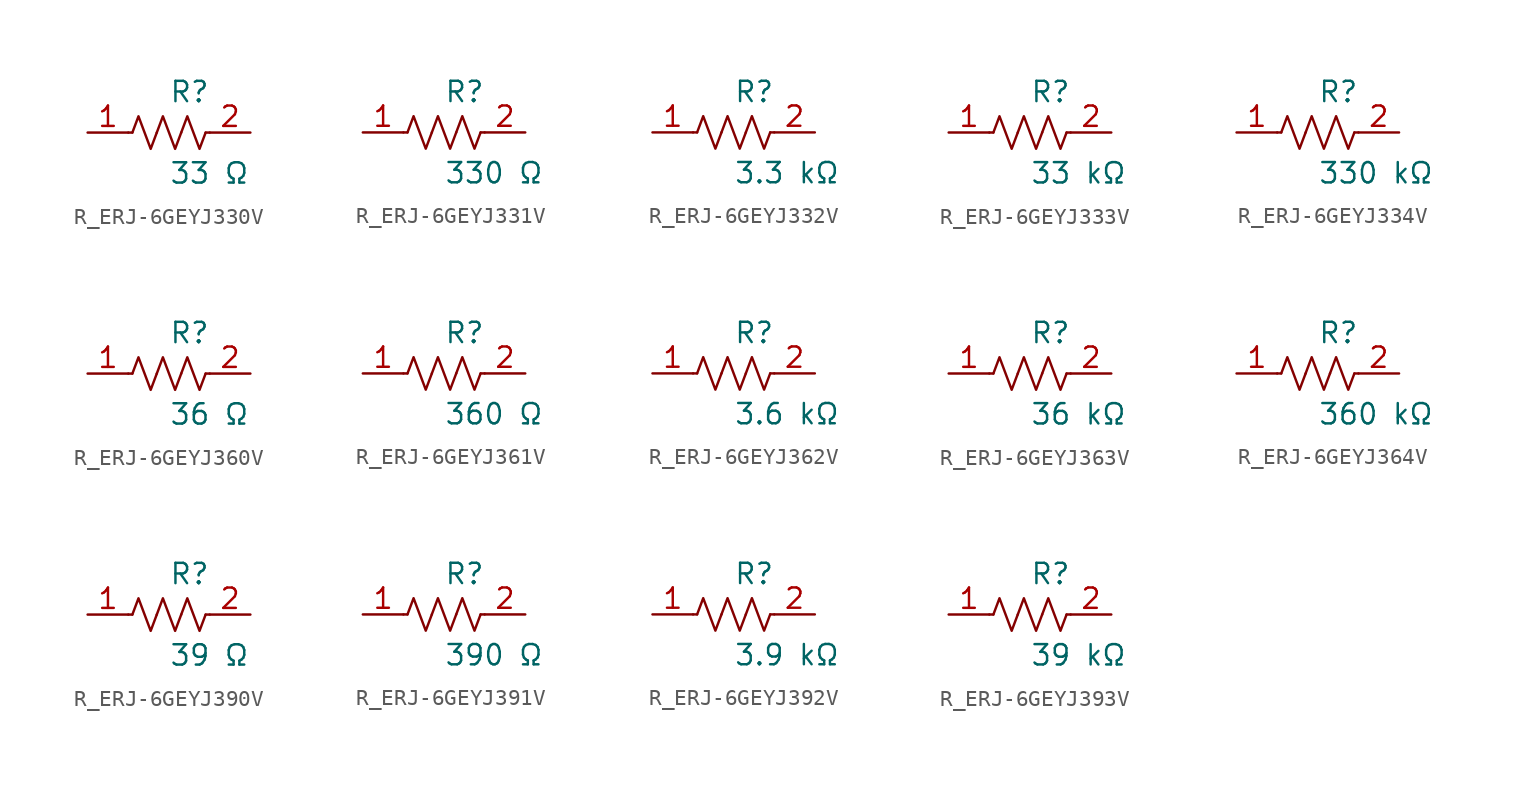
<source format=kicad_sym>
(kicad_symbol_lib
  (version 20231120)
  (generator kicad_symbol_editor)
  (generator_version 8.0)
  (symbol "R_ERJ-6GEYJ330V"
    (pin_names
      (offset 0.254))
    (property "Reference" "R"
      (at 0 2.54 0)
      (effects (font (size 1.27 1.27)) (justify left)))
    (property "Value" "33 Ω"
      (at 0 -2.54 0)
      (effects (font (size 1.27 1.27)) (justify left)))
    (symbol "R_ERJ-6GEYJ330V_0_1"
      (polyline (pts (xy 2.286 0) (xy 2.54 0)) (stroke (width 0) (type default)) (fill (type none)))
      (polyline (pts (xy -2.286 0) (xy -2.54 0)) (stroke (width 0) (type default)) (fill (type none)))
      (polyline (pts (xy 0.762 0) (xy 1.143 1.016) (xy 1.524 0) (xy 1.905 -1.016) (xy 2.286 0)) (stroke (width 0) (type default)) (fill (type none)))
      (polyline (pts (xy -0.762 0) (xy -0.381 1.016) (xy 0 0) (xy 0.381 -1.016) (xy 0.762 0)) (stroke (width 0) (type default)) (fill (type none)))
      (polyline (pts (xy -2.286 0) (xy -1.905 1.016) (xy -1.524 0) (xy -1.143 -1.016) (xy -0.762 0)) (stroke (width 0) (type default)) (fill (type none))))
    (pin passive line
      (at -5.08 0 0)
      (length 2.54)
      (name "" (effects (font (size 1.27 1.27))))
      (number "1" (effects (font (size 1.27 1.27)))))
    (pin passive line
      (at 5.08 0 180)
      (length 2.54)
      (name "" (effects (font (size 1.27 1.27))))
      (number "2" (effects (font (size 1.27 1.27))))))
  (symbol "R_ERJ-6GEYJ331V"
    (pin_names
      (offset 0.254))
    (property "Reference" "R"
      (at 0 2.54 0)
      (effects (font (size 1.27 1.27)) (justify left)))
    (property "Value" "330 Ω"
      (at 0 -2.54 0)
      (effects (font (size 1.27 1.27)) (justify left)))
    (symbol "R_ERJ-6GEYJ331V_0_1"
      (polyline (pts (xy 2.286 0) (xy 2.54 0)) (stroke (width 0) (type default)) (fill (type none)))
      (polyline (pts (xy -2.286 0) (xy -2.54 0)) (stroke (width 0) (type default)) (fill (type none)))
      (polyline (pts (xy 0.762 0) (xy 1.143 1.016) (xy 1.524 0) (xy 1.905 -1.016) (xy 2.286 0)) (stroke (width 0) (type default)) (fill (type none)))
      (polyline (pts (xy -0.762 0) (xy -0.381 1.016) (xy 0 0) (xy 0.381 -1.016) (xy 0.762 0)) (stroke (width 0) (type default)) (fill (type none)))
      (polyline (pts (xy -2.286 0) (xy -1.905 1.016) (xy -1.524 0) (xy -1.143 -1.016) (xy -0.762 0)) (stroke (width 0) (type default)) (fill (type none))))
    (pin passive line
      (at -5.08 0 0)
      (length 2.54)
      (name "" (effects (font (size 1.27 1.27))))
      (number "1" (effects (font (size 1.27 1.27)))))
    (pin passive line
      (at 5.08 0 180)
      (length 2.54)
      (name "" (effects (font (size 1.27 1.27))))
      (number "2" (effects (font (size 1.27 1.27))))))
  (symbol "R_ERJ-6GEYJ332V"
    (pin_names
      (offset 0.254))
    (property "Reference" "R"
      (at 0 2.54 0)
      (effects (font (size 1.27 1.27)) (justify left)))
    (property "Value" "3.3 kΩ"
      (at 0 -2.54 0)
      (effects (font (size 1.27 1.27)) (justify left)))
    (symbol "R_ERJ-6GEYJ332V_0_1"
      (polyline (pts (xy 2.286 0) (xy 2.54 0)) (stroke (width 0) (type default)) (fill (type none)))
      (polyline (pts (xy -2.286 0) (xy -2.54 0)) (stroke (width 0) (type default)) (fill (type none)))
      (polyline (pts (xy 0.762 0) (xy 1.143 1.016) (xy 1.524 0) (xy 1.905 -1.016) (xy 2.286 0)) (stroke (width 0) (type default)) (fill (type none)))
      (polyline (pts (xy -0.762 0) (xy -0.381 1.016) (xy 0 0) (xy 0.381 -1.016) (xy 0.762 0)) (stroke (width 0) (type default)) (fill (type none)))
      (polyline (pts (xy -2.286 0) (xy -1.905 1.016) (xy -1.524 0) (xy -1.143 -1.016) (xy -0.762 0)) (stroke (width 0) (type default)) (fill (type none))))
    (pin passive line
      (at -5.08 0 0)
      (length 2.54)
      (name "" (effects (font (size 1.27 1.27))))
      (number "1" (effects (font (size 1.27 1.27)))))
    (pin passive line
      (at 5.08 0 180)
      (length 2.54)
      (name "" (effects (font (size 1.27 1.27))))
      (number "2" (effects (font (size 1.27 1.27))))))
  (symbol "R_ERJ-6GEYJ333V"
    (pin_names
      (offset 0.254))
    (property "Reference" "R"
      (at 0 2.54 0)
      (effects (font (size 1.27 1.27)) (justify left)))
    (property "Value" "33 kΩ"
      (at 0 -2.54 0)
      (effects (font (size 1.27 1.27)) (justify left)))
    (symbol "R_ERJ-6GEYJ333V_0_1"
      (polyline (pts (xy 2.286 0) (xy 2.54 0)) (stroke (width 0) (type default)) (fill (type none)))
      (polyline (pts (xy -2.286 0) (xy -2.54 0)) (stroke (width 0) (type default)) (fill (type none)))
      (polyline (pts (xy 0.762 0) (xy 1.143 1.016) (xy 1.524 0) (xy 1.905 -1.016) (xy 2.286 0)) (stroke (width 0) (type default)) (fill (type none)))
      (polyline (pts (xy -0.762 0) (xy -0.381 1.016) (xy 0 0) (xy 0.381 -1.016) (xy 0.762 0)) (stroke (width 0) (type default)) (fill (type none)))
      (polyline (pts (xy -2.286 0) (xy -1.905 1.016) (xy -1.524 0) (xy -1.143 -1.016) (xy -0.762 0)) (stroke (width 0) (type default)) (fill (type none))))
    (pin passive line
      (at -5.08 0 0)
      (length 2.54)
      (name "" (effects (font (size 1.27 1.27))))
      (number "1" (effects (font (size 1.27 1.27)))))
    (pin passive line
      (at 5.08 0 180)
      (length 2.54)
      (name "" (effects (font (size 1.27 1.27))))
      (number "2" (effects (font (size 1.27 1.27))))))
  (symbol "R_ERJ-6GEYJ334V"
    (pin_names
      (offset 0.254))
    (property "Reference" "R"
      (at 0 2.54 0)
      (effects (font (size 1.27 1.27)) (justify left)))
    (property "Value" "330 kΩ"
      (at 0 -2.54 0)
      (effects (font (size 1.27 1.27)) (justify left)))
    (symbol "R_ERJ-6GEYJ334V_0_1"
      (polyline (pts (xy 2.286 0) (xy 2.54 0)) (stroke (width 0) (type default)) (fill (type none)))
      (polyline (pts (xy -2.286 0) (xy -2.54 0)) (stroke (width 0) (type default)) (fill (type none)))
      (polyline (pts (xy 0.762 0) (xy 1.143 1.016) (xy 1.524 0) (xy 1.905 -1.016) (xy 2.286 0)) (stroke (width 0) (type default)) (fill (type none)))
      (polyline (pts (xy -0.762 0) (xy -0.381 1.016) (xy 0 0) (xy 0.381 -1.016) (xy 0.762 0)) (stroke (width 0) (type default)) (fill (type none)))
      (polyline (pts (xy -2.286 0) (xy -1.905 1.016) (xy -1.524 0) (xy -1.143 -1.016) (xy -0.762 0)) (stroke (width 0) (type default)) (fill (type none))))
    (pin passive line
      (at -5.08 0 0)
      (length 2.54)
      (name "" (effects (font (size 1.27 1.27))))
      (number "1" (effects (font (size 1.27 1.27)))))
    (pin passive line
      (at 5.08 0 180)
      (length 2.54)
      (name "" (effects (font (size 1.27 1.27))))
      (number "2" (effects (font (size 1.27 1.27))))))
  (symbol "R_ERJ-6GEYJ360V"
    (pin_names
      (offset 0.254))
    (property "Reference" "R"
      (at 0 2.54 0)
      (effects (font (size 1.27 1.27)) (justify left)))
    (property "Value" "36 Ω"
      (at 0 -2.54 0)
      (effects (font (size 1.27 1.27)) (justify left)))
    (symbol "R_ERJ-6GEYJ360V_0_1"
      (polyline (pts (xy 2.286 0) (xy 2.54 0)) (stroke (width 0) (type default)) (fill (type none)))
      (polyline (pts (xy -2.286 0) (xy -2.54 0)) (stroke (width 0) (type default)) (fill (type none)))
      (polyline (pts (xy 0.762 0) (xy 1.143 1.016) (xy 1.524 0) (xy 1.905 -1.016) (xy 2.286 0)) (stroke (width 0) (type default)) (fill (type none)))
      (polyline (pts (xy -0.762 0) (xy -0.381 1.016) (xy 0 0) (xy 0.381 -1.016) (xy 0.762 0)) (stroke (width 0) (type default)) (fill (type none)))
      (polyline (pts (xy -2.286 0) (xy -1.905 1.016) (xy -1.524 0) (xy -1.143 -1.016) (xy -0.762 0)) (stroke (width 0) (type default)) (fill (type none))))
    (pin passive line
      (at -5.08 0 0)
      (length 2.54)
      (name "" (effects (font (size 1.27 1.27))))
      (number "1" (effects (font (size 1.27 1.27)))))
    (pin passive line
      (at 5.08 0 180)
      (length 2.54)
      (name "" (effects (font (size 1.27 1.27))))
      (number "2" (effects (font (size 1.27 1.27))))))
  (symbol "R_ERJ-6GEYJ361V"
    (pin_names
      (offset 0.254))
    (property "Reference" "R"
      (at 0 2.54 0)
      (effects (font (size 1.27 1.27)) (justify left)))
    (property "Value" "360 Ω"
      (at 0 -2.54 0)
      (effects (font (size 1.27 1.27)) (justify left)))
    (symbol "R_ERJ-6GEYJ361V_0_1"
      (polyline (pts (xy 2.286 0) (xy 2.54 0)) (stroke (width 0) (type default)) (fill (type none)))
      (polyline (pts (xy -2.286 0) (xy -2.54 0)) (stroke (width 0) (type default)) (fill (type none)))
      (polyline (pts (xy 0.762 0) (xy 1.143 1.016) (xy 1.524 0) (xy 1.905 -1.016) (xy 2.286 0)) (stroke (width 0) (type default)) (fill (type none)))
      (polyline (pts (xy -0.762 0) (xy -0.381 1.016) (xy 0 0) (xy 0.381 -1.016) (xy 0.762 0)) (stroke (width 0) (type default)) (fill (type none)))
      (polyline (pts (xy -2.286 0) (xy -1.905 1.016) (xy -1.524 0) (xy -1.143 -1.016) (xy -0.762 0)) (stroke (width 0) (type default)) (fill (type none))))
    (pin passive line
      (at -5.08 0 0)
      (length 2.54)
      (name "" (effects (font (size 1.27 1.27))))
      (number "1" (effects (font (size 1.27 1.27)))))
    (pin passive line
      (at 5.08 0 180)
      (length 2.54)
      (name "" (effects (font (size 1.27 1.27))))
      (number "2" (effects (font (size 1.27 1.27))))))
  (symbol "R_ERJ-6GEYJ362V"
    (pin_names
      (offset 0.254))
    (property "Reference" "R"
      (at 0 2.54 0)
      (effects (font (size 1.27 1.27)) (justify left)))
    (property "Value" "3.6 kΩ"
      (at 0 -2.54 0)
      (effects (font (size 1.27 1.27)) (justify left)))
    (symbol "R_ERJ-6GEYJ362V_0_1"
      (polyline (pts (xy 2.286 0) (xy 2.54 0)) (stroke (width 0) (type default)) (fill (type none)))
      (polyline (pts (xy -2.286 0) (xy -2.54 0)) (stroke (width 0) (type default)) (fill (type none)))
      (polyline (pts (xy 0.762 0) (xy 1.143 1.016) (xy 1.524 0) (xy 1.905 -1.016) (xy 2.286 0)) (stroke (width 0) (type default)) (fill (type none)))
      (polyline (pts (xy -0.762 0) (xy -0.381 1.016) (xy 0 0) (xy 0.381 -1.016) (xy 0.762 0)) (stroke (width 0) (type default)) (fill (type none)))
      (polyline (pts (xy -2.286 0) (xy -1.905 1.016) (xy -1.524 0) (xy -1.143 -1.016) (xy -0.762 0)) (stroke (width 0) (type default)) (fill (type none))))
    (pin passive line
      (at -5.08 0 0)
      (length 2.54)
      (name "" (effects (font (size 1.27 1.27))))
      (number "1" (effects (font (size 1.27 1.27)))))
    (pin passive line
      (at 5.08 0 180)
      (length 2.54)
      (name "" (effects (font (size 1.27 1.27))))
      (number "2" (effects (font (size 1.27 1.27))))))
  (symbol "R_ERJ-6GEYJ363V"
    (pin_names
      (offset 0.254))
    (property "Reference" "R"
      (at 0 2.54 0)
      (effects (font (size 1.27 1.27)) (justify left)))
    (property "Value" "36 kΩ"
      (at 0 -2.54 0)
      (effects (font (size 1.27 1.27)) (justify left)))
    (symbol "R_ERJ-6GEYJ363V_0_1"
      (polyline (pts (xy 2.286 0) (xy 2.54 0)) (stroke (width 0) (type default)) (fill (type none)))
      (polyline (pts (xy -2.286 0) (xy -2.54 0)) (stroke (width 0) (type default)) (fill (type none)))
      (polyline (pts (xy 0.762 0) (xy 1.143 1.016) (xy 1.524 0) (xy 1.905 -1.016) (xy 2.286 0)) (stroke (width 0) (type default)) (fill (type none)))
      (polyline (pts (xy -0.762 0) (xy -0.381 1.016) (xy 0 0) (xy 0.381 -1.016) (xy 0.762 0)) (stroke (width 0) (type default)) (fill (type none)))
      (polyline (pts (xy -2.286 0) (xy -1.905 1.016) (xy -1.524 0) (xy -1.143 -1.016) (xy -0.762 0)) (stroke (width 0) (type default)) (fill (type none))))
    (pin passive line
      (at -5.08 0 0)
      (length 2.54)
      (name "" (effects (font (size 1.27 1.27))))
      (number "1" (effects (font (size 1.27 1.27)))))
    (pin passive line
      (at 5.08 0 180)
      (length 2.54)
      (name "" (effects (font (size 1.27 1.27))))
      (number "2" (effects (font (size 1.27 1.27))))))
  (symbol "R_ERJ-6GEYJ364V"
    (pin_names
      (offset 0.254))
    (property "Reference" "R"
      (at 0 2.54 0)
      (effects (font (size 1.27 1.27)) (justify left)))
    (property "Value" "360 kΩ"
      (at 0 -2.54 0)
      (effects (font (size 1.27 1.27)) (justify left)))
    (symbol "R_ERJ-6GEYJ364V_0_1"
      (polyline (pts (xy 2.286 0) (xy 2.54 0)) (stroke (width 0) (type default)) (fill (type none)))
      (polyline (pts (xy -2.286 0) (xy -2.54 0)) (stroke (width 0) (type default)) (fill (type none)))
      (polyline (pts (xy 0.762 0) (xy 1.143 1.016) (xy 1.524 0) (xy 1.905 -1.016) (xy 2.286 0)) (stroke (width 0) (type default)) (fill (type none)))
      (polyline (pts (xy -0.762 0) (xy -0.381 1.016) (xy 0 0) (xy 0.381 -1.016) (xy 0.762 0)) (stroke (width 0) (type default)) (fill (type none)))
      (polyline (pts (xy -2.286 0) (xy -1.905 1.016) (xy -1.524 0) (xy -1.143 -1.016) (xy -0.762 0)) (stroke (width 0) (type default)) (fill (type none))))
    (pin passive line
      (at -5.08 0 0)
      (length 2.54)
      (name "" (effects (font (size 1.27 1.27))))
      (number "1" (effects (font (size 1.27 1.27)))))
    (pin passive line
      (at 5.08 0 180)
      (length 2.54)
      (name "" (effects (font (size 1.27 1.27))))
      (number "2" (effects (font (size 1.27 1.27))))))
  (symbol "R_ERJ-6GEYJ390V"
    (pin_names
      (offset 0.254))
    (property "Reference" "R"
      (at 0 2.54 0)
      (effects (font (size 1.27 1.27)) (justify left)))
    (property "Value" "39 Ω"
      (at 0 -2.54 0)
      (effects (font (size 1.27 1.27)) (justify left)))
    (symbol "R_ERJ-6GEYJ390V_0_1"
      (polyline (pts (xy 2.286 0) (xy 2.54 0)) (stroke (width 0) (type default)) (fill (type none)))
      (polyline (pts (xy -2.286 0) (xy -2.54 0)) (stroke (width 0) (type default)) (fill (type none)))
      (polyline (pts (xy 0.762 0) (xy 1.143 1.016) (xy 1.524 0) (xy 1.905 -1.016) (xy 2.286 0)) (stroke (width 0) (type default)) (fill (type none)))
      (polyline (pts (xy -0.762 0) (xy -0.381 1.016) (xy 0 0) (xy 0.381 -1.016) (xy 0.762 0)) (stroke (width 0) (type default)) (fill (type none)))
      (polyline (pts (xy -2.286 0) (xy -1.905 1.016) (xy -1.524 0) (xy -1.143 -1.016) (xy -0.762 0)) (stroke (width 0) (type default)) (fill (type none))))
    (pin passive line
      (at -5.08 0 0)
      (length 2.54)
      (name "" (effects (font (size 1.27 1.27))))
      (number "1" (effects (font (size 1.27 1.27)))))
    (pin passive line
      (at 5.08 0 180)
      (length 2.54)
      (name "" (effects (font (size 1.27 1.27))))
      (number "2" (effects (font (size 1.27 1.27))))))
  (symbol "R_ERJ-6GEYJ391V"
    (pin_names
      (offset 0.254))
    (property "Reference" "R"
      (at 0 2.54 0)
      (effects (font (size 1.27 1.27)) (justify left)))
    (property "Value" "390 Ω"
      (at 0 -2.54 0)
      (effects (font (size 1.27 1.27)) (justify left)))
    (symbol "R_ERJ-6GEYJ391V_0_1"
      (polyline (pts (xy 2.286 0) (xy 2.54 0)) (stroke (width 0) (type default)) (fill (type none)))
      (polyline (pts (xy -2.286 0) (xy -2.54 0)) (stroke (width 0) (type default)) (fill (type none)))
      (polyline (pts (xy 0.762 0) (xy 1.143 1.016) (xy 1.524 0) (xy 1.905 -1.016) (xy 2.286 0)) (stroke (width 0) (type default)) (fill (type none)))
      (polyline (pts (xy -0.762 0) (xy -0.381 1.016) (xy 0 0) (xy 0.381 -1.016) (xy 0.762 0)) (stroke (width 0) (type default)) (fill (type none)))
      (polyline (pts (xy -2.286 0) (xy -1.905 1.016) (xy -1.524 0) (xy -1.143 -1.016) (xy -0.762 0)) (stroke (width 0) (type default)) (fill (type none))))
    (pin passive line
      (at -5.08 0 0)
      (length 2.54)
      (name "" (effects (font (size 1.27 1.27))))
      (number "1" (effects (font (size 1.27 1.27)))))
    (pin passive line
      (at 5.08 0 180)
      (length 2.54)
      (name "" (effects (font (size 1.27 1.27))))
      (number "2" (effects (font (size 1.27 1.27))))))
  (symbol "R_ERJ-6GEYJ392V"
    (pin_names
      (offset 0.254))
    (property "Reference" "R"
      (at 0 2.54 0)
      (effects (font (size 1.27 1.27)) (justify left)))
    (property "Value" "3.9 kΩ"
      (at 0 -2.54 0)
      (effects (font (size 1.27 1.27)) (justify left)))
    (symbol "R_ERJ-6GEYJ392V_0_1"
      (polyline (pts (xy 2.286 0) (xy 2.54 0)) (stroke (width 0) (type default)) (fill (type none)))
      (polyline (pts (xy -2.286 0) (xy -2.54 0)) (stroke (width 0) (type default)) (fill (type none)))
      (polyline (pts (xy 0.762 0) (xy 1.143 1.016) (xy 1.524 0) (xy 1.905 -1.016) (xy 2.286 0)) (stroke (width 0) (type default)) (fill (type none)))
      (polyline (pts (xy -0.762 0) (xy -0.381 1.016) (xy 0 0) (xy 0.381 -1.016) (xy 0.762 0)) (stroke (width 0) (type default)) (fill (type none)))
      (polyline (pts (xy -2.286 0) (xy -1.905 1.016) (xy -1.524 0) (xy -1.143 -1.016) (xy -0.762 0)) (stroke (width 0) (type default)) (fill (type none))))
    (pin passive line
      (at -5.08 0 0)
      (length 2.54)
      (name "" (effects (font (size 1.27 1.27))))
      (number "1" (effects (font (size 1.27 1.27)))))
    (pin passive line
      (at 5.08 0 180)
      (length 2.54)
      (name "" (effects (font (size 1.27 1.27))))
      (number "2" (effects (font (size 1.27 1.27))))))
  (symbol "R_ERJ-6GEYJ393V"
    (pin_names
      (offset 0.254))
    (property "Reference" "R"
      (at 0 2.54 0)
      (effects (font (size 1.27 1.27)) (justify left)))
    (property "Value" "39 kΩ"
      (at 0 -2.54 0)
      (effects (font (size 1.27 1.27)) (justify left)))
    (symbol "R_ERJ-6GEYJ393V_0_1"
      (polyline (pts (xy 2.286 0) (xy 2.54 0)) (stroke (width 0) (type default)) (fill (type none)))
      (polyline (pts (xy -2.286 0) (xy -2.54 0)) (stroke (width 0) (type default)) (fill (type none)))
      (polyline (pts (xy 0.762 0) (xy 1.143 1.016) (xy 1.524 0) (xy 1.905 -1.016) (xy 2.286 0)) (stroke (width 0) (type default)) (fill (type none)))
      (polyline (pts (xy -0.762 0) (xy -0.381 1.016) (xy 0 0) (xy 0.381 -1.016) (xy 0.762 0)) (stroke (width 0) (type default)) (fill (type none)))
      (polyline (pts (xy -2.286 0) (xy -1.905 1.016) (xy -1.524 0) (xy -1.143 -1.016) (xy -0.762 0)) (stroke (width 0) (type default)) (fill (type none))))
    (pin passive line
      (at -5.08 0 0)
      (length 2.54)
      (name "" (effects (font (size 1.27 1.27))))
      (number "1" (effects (font (size 1.27 1.27)))))
    (pin passive line
      (at 5.08 0 180)
      (length 2.54)
      (name "" (effects (font (size 1.27 1.27))))
      (number "2" (effects (font (size 1.27 1.27)))))))
</source>
